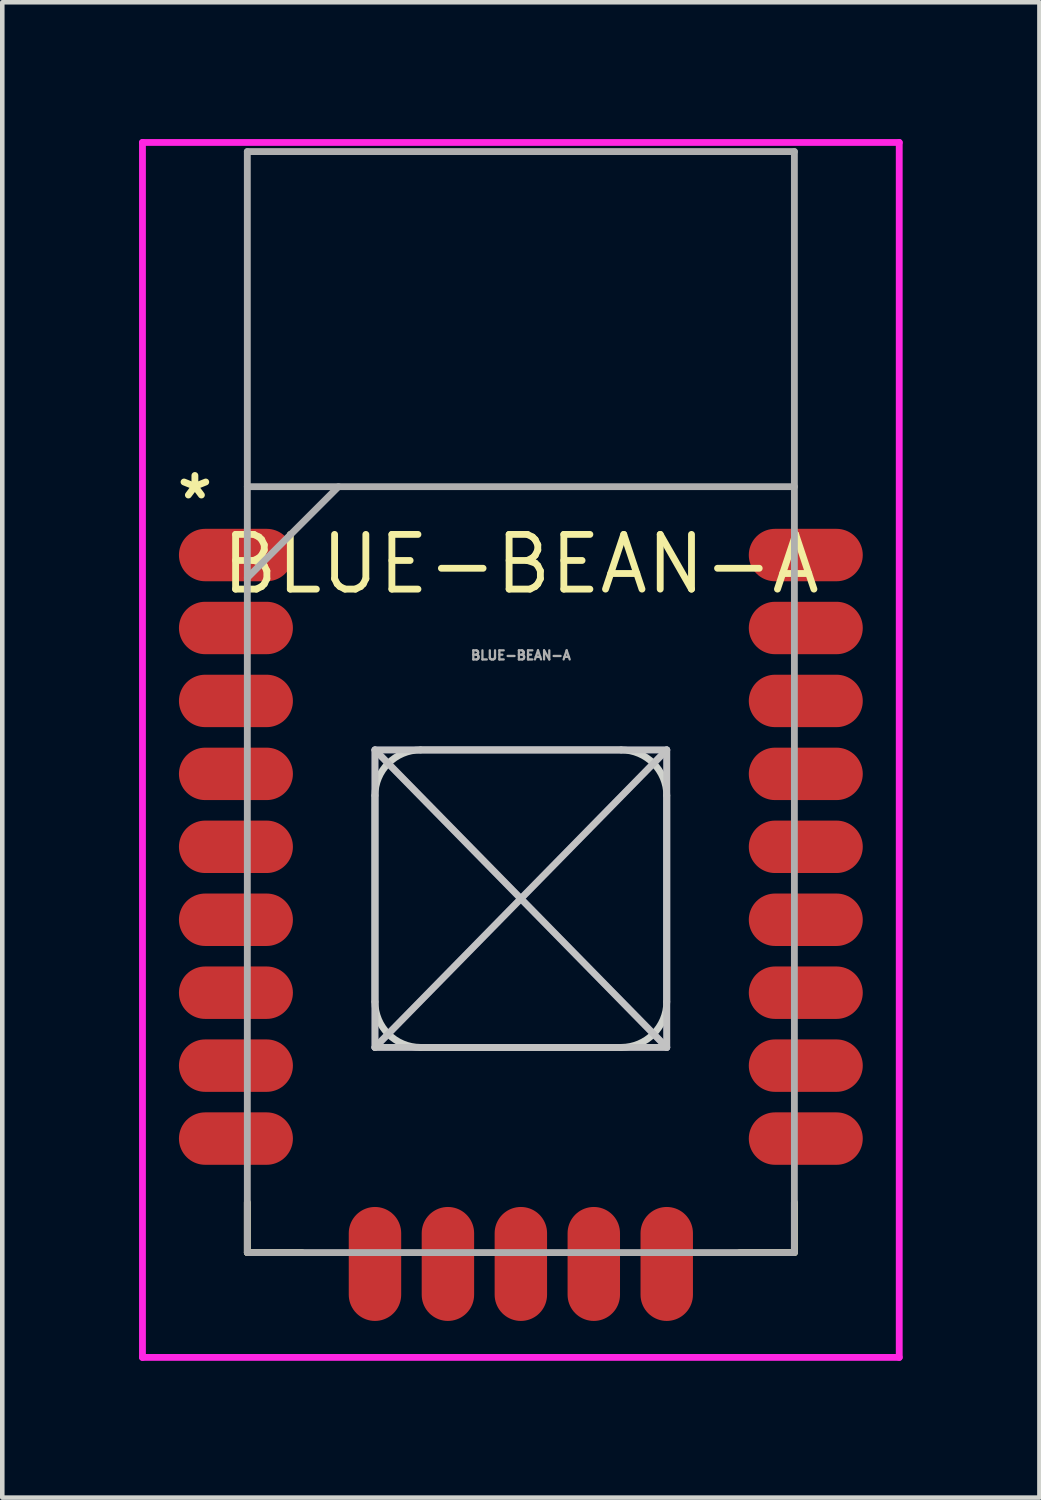
<source format=kicad_pcb>
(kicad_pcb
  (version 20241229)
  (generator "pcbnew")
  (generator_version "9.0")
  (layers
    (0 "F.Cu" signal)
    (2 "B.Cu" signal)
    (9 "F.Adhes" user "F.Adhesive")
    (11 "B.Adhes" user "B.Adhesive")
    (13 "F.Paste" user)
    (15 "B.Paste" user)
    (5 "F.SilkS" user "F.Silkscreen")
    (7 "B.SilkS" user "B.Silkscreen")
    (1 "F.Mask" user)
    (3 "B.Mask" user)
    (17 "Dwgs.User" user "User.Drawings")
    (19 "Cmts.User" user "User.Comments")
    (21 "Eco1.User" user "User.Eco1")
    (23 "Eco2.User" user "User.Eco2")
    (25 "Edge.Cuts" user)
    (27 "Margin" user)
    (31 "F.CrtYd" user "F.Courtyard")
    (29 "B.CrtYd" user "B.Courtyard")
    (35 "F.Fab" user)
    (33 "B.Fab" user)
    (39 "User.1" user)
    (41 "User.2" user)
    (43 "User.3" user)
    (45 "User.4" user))
  (footprint "BLUE-BEAN-A"
    (layer "F.Cu")
    (at 8.375 16.325)
    (property "Reference" "BLUE-BEAN-A" (at 0 -7 0) (layer "F.SilkS") (effects (font (size 1.2 1.2) (thickness 0.15))))
    (attr smd)
    (fp_line (start -6 8.1) (end -6 7) (stroke (width 0.15) (type solid)) (layer "F.SilkS"))
    (fp_line (start -4.8 8.1) (end -6 8.1) (stroke (width 0.15) (type solid)) (layer "F.SilkS"))
    (fp_line (start 4.8 8.1) (end 6 8.1) (stroke (width 0.15) (type solid)) (layer "F.SilkS"))
    (fp_line (start 6 8.1) (end 6 7) (stroke (width 0.15) (type solid)) (layer "F.SilkS"))
    (fp_line (start -3.2 -2.925) (end 3.2 -2.925) (stroke (width 0.15) (type solid)) (layer "Dwgs.User"))
    (fp_line (start -3.2 -2.925) (end 3.2 3.6) (stroke (width 0.15) (type solid)) (layer "Dwgs.User"))
    (fp_line (start -3.2 3.6) (end -3.2 -2.925) (stroke (width 0.15) (type solid)) (layer "Dwgs.User"))
    (fp_line (start -3.2 3.6) (end 3.2 -2.925) (stroke (width 0.15) (type solid)) (layer "Dwgs.User"))
    (fp_line (start 3.2 -2.925) (end 3.2 3.6) (stroke (width 0.15) (type solid)) (layer "Dwgs.User"))
    (fp_line (start 3.2 3.6) (end -3.2 3.6) (stroke (width 0.15) (type solid)) (layer "Dwgs.User"))
    (fp_line (start -3.2 -1.925) (end -3.2 2.6) (stroke (width 0.15) (type solid)) (layer "Edge.Cuts"))
    (fp_line (start -2.2 3.6) (end 2.2 3.6) (stroke (width 0.15) (type solid)) (layer "Edge.Cuts"))
    (fp_line (start 2.2 -2.925) (end -2.2 -2.925) (stroke (width 0.15) (type solid)) (layer "Edge.Cuts"))
    (fp_line (start 3.2 2.6) (end 3.2 -1.925) (stroke (width 0.15) (type solid)) (layer "Edge.Cuts"))
    (fp_arc (start -3.2 -1.925) (mid -2.907107 -2.632107) (end -2.2 -2.925) (stroke (width 0.15) (type solid)) (layer "Edge.Cuts"))
    (fp_arc (start -2.2 3.6) (mid -2.907107 3.307107) (end -3.2 2.6) (stroke (width 0.15) (type solid)) (layer "Edge.Cuts"))
    (fp_arc (start 2.2 -2.925) (mid 2.907107 -2.632107) (end 3.2 -1.925) (stroke (width 0.15) (type solid)) (layer "Edge.Cuts"))
    (fp_arc (start 3.2 2.6) (mid 2.907107 3.307107) (end 2.2 3.6) (stroke (width 0.15) (type solid)) (layer "Edge.Cuts"))
    (fp_line (start -8.3 -16.25) (end 8.3 -16.25) (stroke (width 0.15) (type solid)) (layer "F.CrtYd"))
    (fp_line (start -8.3 10.4) (end -8.3 -16.25) (stroke (width 0.15) (type solid)) (layer "F.CrtYd"))
    (fp_line (start 8.3 -16.25) (end 8.3 10.4) (stroke (width 0.15) (type solid)) (layer "F.CrtYd"))
    (fp_line (start 8.3 10.4) (end -8.3 10.4) (stroke (width 0.15) (type solid)) (layer "F.CrtYd"))
    (fp_line (start -3.2 -2.925) (end 3.2 -2.925) (stroke (width 0.15) (type solid)) (layer "B.Fab"))
    (fp_line (start -3.2 -2.925) (end 3.2 3.6) (stroke (width 0.15) (type solid)) (layer "B.Fab"))
    (fp_line (start -3.2 3.6) (end -3.2 -2.925) (stroke (width 0.15) (type solid)) (layer "B.Fab"))
    (fp_line (start 3.2 -2.925) (end -3.2 3.6) (stroke (width 0.15) (type solid)) (layer "B.Fab"))
    (fp_line (start 3.2 -2.925) (end 3.2 3.6) (stroke (width 0.15) (type solid)) (layer "B.Fab"))
    (fp_line (start 3.2 3.6) (end -3.2 3.6) (stroke (width 0.15) (type solid)) (layer "B.Fab"))
    (fp_line (start -6 -16.05) (end 6 -16.05) (stroke (width 0.15) (type solid)) (layer "F.Fab"))
    (fp_line (start -6 -8.7) (end 6 -8.7) (stroke (width 0.15) (type solid)) (layer "F.Fab"))
    (fp_line (start -6 8.1) (end -6 -16.05) (stroke (width 0.15) (type solid)) (layer "F.Fab"))
    (fp_line (start -4 -8.7) (end -6 -6.7) (stroke (width 0.15) (type solid)) (layer "F.Fab"))
    (fp_line (start 6 -16.05) (end 6 8.1) (stroke (width 0.15) (type solid)) (layer "F.Fab"))
    (fp_line (start 6 8.1) (end -6 8.1) (stroke (width 0.15) (type solid)) (layer "F.Fab"))
    (fp_text user "*" (at -7.15 -8.4 0) (layer "F.SilkS") (effects (font (size 1 1) (thickness 0.15))))
    (fp_text user "${REFERENCE}" (at 0 -5 0) (layer "F.Fab") (effects (font (size 0.2 0.2) (thickness 0.05))))
    (pad "" smd rect (at -7.45 -7.2) (size 1.1 1.4) (layers "F.Mask" "F.Paste"))
    (pad "" smd rect (at -7.45 -5.6) (size 1.1 1.4) (layers "F.Mask" "F.Paste"))
    (pad "" smd rect (at -7.45 -4) (size 1.1 1.4) (layers "F.Mask" "F.Paste"))
    (pad "" smd rect (at -7.45 -2.4) (size 1.1 1.4) (layers "F.Mask" "F.Paste"))
    (pad "" smd rect (at -7.45 -0.8) (size 1.1 1.4) (layers "F.Mask" "F.Paste"))
    (pad "" smd rect (at -7.45 0.8) (size 1.1 1.4) (layers "F.Mask" "F.Paste"))
    (pad "" smd rect (at -7.45 2.4) (size 1.1 1.4) (layers "F.Mask" "F.Paste"))
    (pad "" smd rect (at -7.45 4) (size 1.1 1.4) (layers "F.Mask" "F.Paste"))
    (pad "" smd rect (at -7.45 5.6) (size 1.1 1.4) (layers "F.Mask" "F.Paste"))
    (pad "" smd rect (at -3.2 9.55 90) (size 1.1 1.4) (layers "F.Mask" "F.Paste"))
    (pad "" smd rect (at -1.6 9.55 90) (size 1.1 1.4) (layers "F.Mask" "F.Paste"))
    (pad "" smd rect (at 0 9.55 90) (size 1.1 1.4) (layers "F.Mask" "F.Paste"))
    (pad "" smd rect (at 1.6 9.55 90) (size 1.1 1.4) (layers "F.Mask" "F.Paste"))
    (pad "" smd rect (at 3.2 9.55 90) (size 1.1 1.4) (layers "F.Mask" "F.Paste"))
    (pad "" smd rect (at 7.45 -7.2 180) (size 1.1 1.4) (layers "F.Mask" "F.Paste"))
    (pad "" smd rect (at 7.45 -5.6 180) (size 1.1 1.4) (layers "F.Mask" "F.Paste"))
    (pad "" smd rect (at 7.45 -4 180) (size 1.1 1.4) (layers "F.Mask" "F.Paste"))
    (pad "" smd rect (at 7.45 -2.4 180) (size 1.1 1.4) (layers "F.Mask" "F.Paste"))
    (pad "" smd rect (at 7.45 -0.8 180) (size 1.1 1.4) (layers "F.Mask" "F.Paste"))
    (pad "" smd rect (at 7.45 0.8 180) (size 1.1 1.4) (layers "F.Mask" "F.Paste"))
    (pad "" smd rect (at 7.45 2.4 180) (size 1.1 1.4) (layers "F.Mask" "F.Paste"))
    (pad "" smd rect (at 7.45 4 180) (size 1.1 1.4) (layers "F.Mask" "F.Paste"))
    (pad "" smd rect (at 7.45 5.6 180) (size 1.1 1.4) (layers "F.Mask" "F.Paste"))
    (pad "1" smd oval (at -6.25 -7.2) (size 2.5 1.15) (layers "F.Cu" "F.Mask" "F.Paste"))
    (pad "2" smd oval (at -6.25 -5.6) (size 2.5 1.15) (layers "F.Cu" "F.Mask" "F.Paste"))
    (pad "3" smd oval (at -6.25 -4 90) (size 1.15 2.5) (layers "F.Cu" "F.Mask" "F.Paste"))
    (pad "4" smd oval (at -6.25 -2.4 90) (size 1.15 2.5) (layers "F.Cu" "F.Mask" "F.Paste"))
    (pad "5" smd oval (at -6.25 -0.8 90) (size 1.15 2.5) (layers "F.Cu" "F.Mask" "F.Paste"))
    (pad "6" smd oval (at -6.25 0.8 90) (size 1.15 2.5) (layers "F.Cu" "F.Mask" "F.Paste"))
    (pad "7" smd oval (at -6.25 2.4 90) (size 1.15 2.5) (layers "F.Cu" "F.Mask" "F.Paste"))
    (pad "8" smd oval (at -6.25 4 90) (size 1.15 2.5) (layers "F.Cu" "F.Mask" "F.Paste"))
    (pad "9" smd oval (at -6.25 5.6 90) (size 1.15 2.5) (layers "F.Cu" "F.Mask" "F.Paste"))
    (pad "10" smd oval (at -3.2 8.35) (size 1.15 2.5) (layers "F.Cu" "F.Mask" "F.Paste"))
    (pad "11" smd oval (at -1.6 8.35) (size 1.15 2.5) (layers "F.Cu" "F.Mask" "F.Paste"))
    (pad "12" smd oval (at 0 8.35) (size 1.15 2.5) (layers "F.Cu" "F.Mask" "F.Paste"))
    (pad "13" smd oval (at 1.6 8.35) (size 1.15 2.5) (layers "F.Cu" "F.Mask" "F.Paste"))
    (pad "14" smd oval (at 3.2 8.35) (size 1.15 2.5) (layers "F.Cu" "F.Mask" "F.Paste"))
    (pad "15" smd oval (at 6.25 5.6 180) (size 2.5 1.15) (layers "F.Cu" "F.Mask" "F.Paste"))
    (pad "16" smd oval (at 6.25 4 180) (size 2.5 1.15) (layers "F.Cu" "F.Mask" "F.Paste"))
    (pad "17" smd oval (at 6.25 2.4 270) (size 1.15 2.5) (layers "F.Cu" "F.Mask" "F.Paste"))
    (pad "18" smd oval (at 6.25 0.8 270) (size 1.15 2.5) (layers "F.Cu" "F.Mask" "F.Paste"))
    (pad "19" smd oval (at 6.25 -0.8 270) (size 1.15 2.5) (layers "F.Cu" "F.Mask" "F.Paste"))
    (pad "20" smd oval (at 6.25 -2.4 270) (size 1.15 2.5) (layers "F.Cu" "F.Mask" "F.Paste"))
    (pad "21" smd oval (at 6.25 -4 270) (size 1.15 2.5) (layers "F.Cu" "F.Mask" "F.Paste"))
    (pad "22" smd oval (at 6.25 -5.6 270) (size 1.15 2.5) (layers "F.Cu" "F.Mask" "F.Paste"))
    (pad "23" smd oval (at 6.25 -7.2 270) (size 1.15 2.5) (layers "F.Cu" "F.Mask" "F.Paste")))
  (gr_rect
    (start -3 -3)
    (end 19.75 29.8)
    (stroke (width 0.1) (type default))
    (fill no)
    (layer "Edge.Cuts")))
</source>
